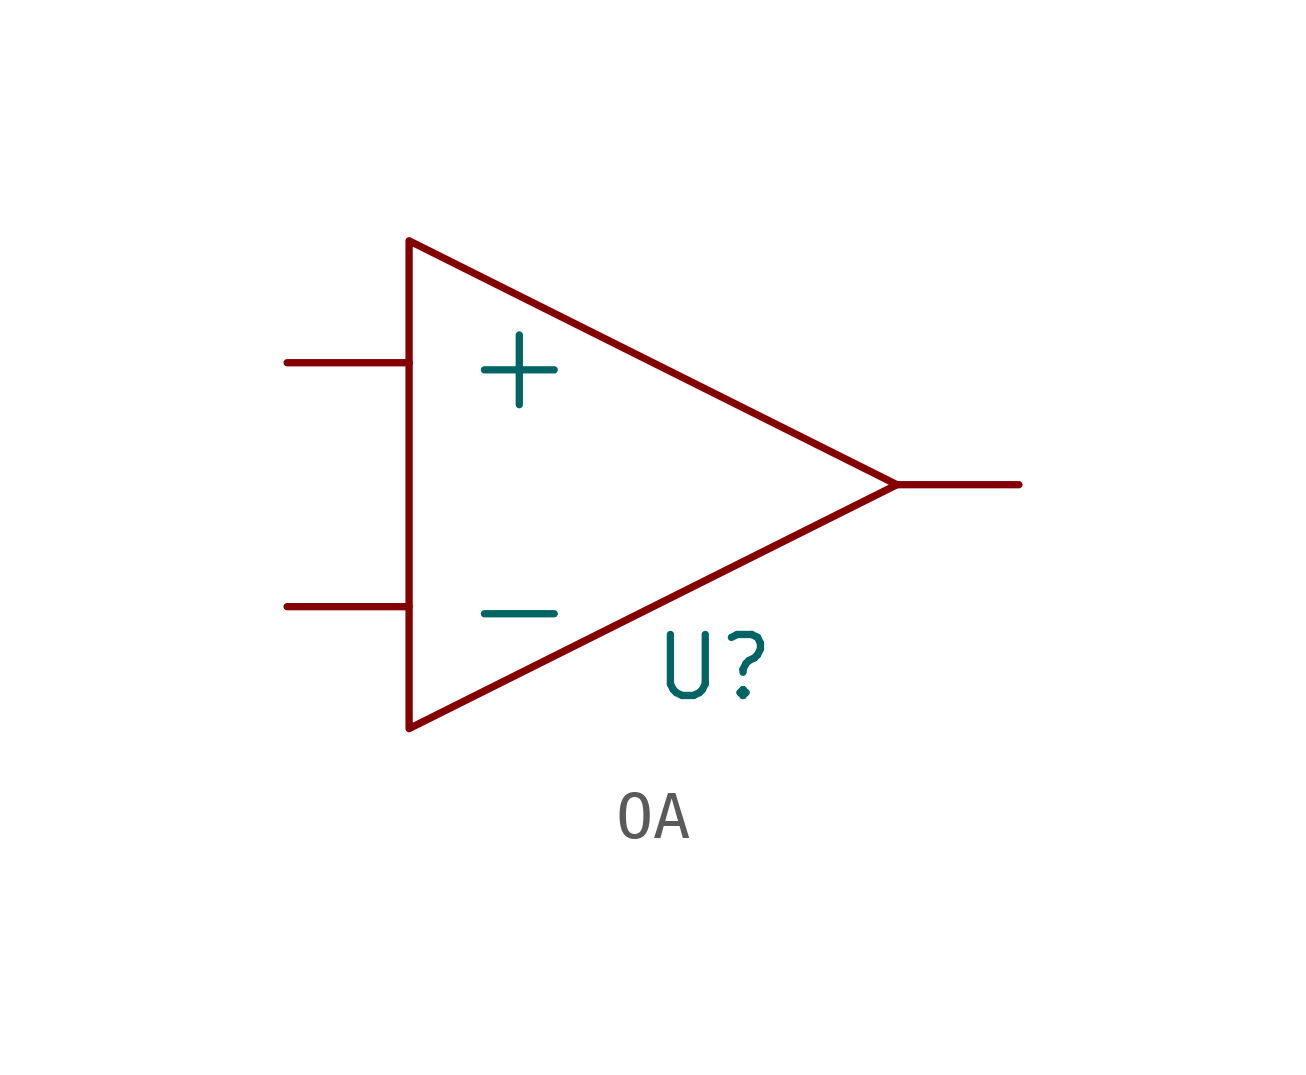
<source format=kicad_sym>
(kicad_symbol_lib
  (version 20231120)
  (generator "kicad_symbol_editor")
  (generator_version "8.0")
  (symbol "OA"
    (pin_names
      (offset 1.016))
    (property "Reference" "U"
      (at 6.35 -3.81 0)
      (effects (font (size 1.27 1.27))))
    (symbol "OA_0_1"
      (polyline (pts (xy 0 5.08) (xy 0 -5.08) (xy 10.16 0) (xy 0 5.08)) (stroke (width 0) (type default)) (fill (type none))))
    (symbol "OA_1_1"
      (pin output line (at 12.7 0 180) (length 2.54) (name "" (effects (font (size 1.27 1.27)))) (number "" (effects (font (size 1.27 1.27)))))
      (pin input line (at -2.54 2.54 0) (length 2.54) (name "+" (effects (font (size 1.905 1.905)))) (number "" (effects (font (size 1.27 1.27)))))
      (pin input line (at -2.54 -2.54 0) (length 2.54) (name "-" (effects (font (size 1.905 1.905)))) (number "" (effects (font (size 1.27 1.27))))))))
</source>
